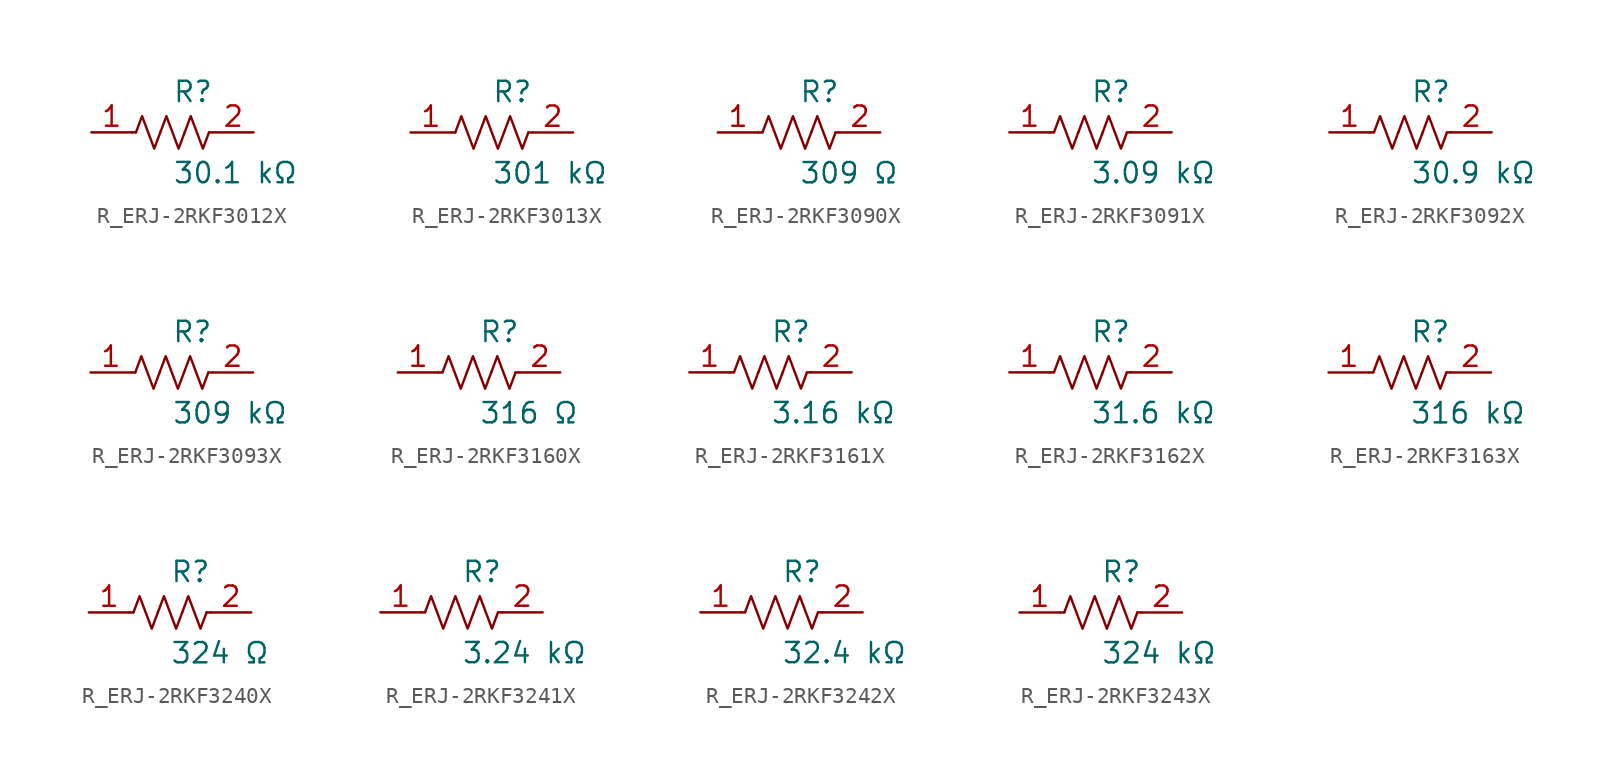
<source format=kicad_sym>
(kicad_symbol_lib
  (version 20231120)
  (generator kicad_symbol_editor)
  (generator_version 8.0)
  (symbol "R_ERJ-2RKF3012X"
    (pin_names
      (offset 0.254))
    (property "Reference" "R"
      (at 0 2.54 0)
      (effects (font (size 1.27 1.27)) (justify left)))
    (property "Value" "30.1 kΩ"
      (at 0 -2.54 0)
      (effects (font (size 1.27 1.27)) (justify left)))
    (symbol "R_ERJ-2RKF3012X_0_1"
      (polyline (pts (xy 2.286 0) (xy 2.54 0)) (stroke (width 0) (type default)) (fill (type none)))
      (polyline (pts (xy -2.286 0) (xy -2.54 0)) (stroke (width 0) (type default)) (fill (type none)))
      (polyline (pts (xy 0.762 0) (xy 1.143 1.016) (xy 1.524 0) (xy 1.905 -1.016) (xy 2.286 0)) (stroke (width 0) (type default)) (fill (type none)))
      (polyline (pts (xy -0.762 0) (xy -0.381 1.016) (xy 0 0) (xy 0.381 -1.016) (xy 0.762 0)) (stroke (width 0) (type default)) (fill (type none)))
      (polyline (pts (xy -2.286 0) (xy -1.905 1.016) (xy -1.524 0) (xy -1.143 -1.016) (xy -0.762 0)) (stroke (width 0) (type default)) (fill (type none))))
    (pin passive line
      (at -5.08 0 0)
      (length 2.54)
      (name "" (effects (font (size 1.27 1.27))))
      (number "1" (effects (font (size 1.27 1.27)))))
    (pin passive line
      (at 5.08 0 180)
      (length 2.54)
      (name "" (effects (font (size 1.27 1.27))))
      (number "2" (effects (font (size 1.27 1.27))))))
  (symbol "R_ERJ-2RKF3013X"
    (pin_names
      (offset 0.254))
    (property "Reference" "R"
      (at 0 2.54 0)
      (effects (font (size 1.27 1.27)) (justify left)))
    (property "Value" "301 kΩ"
      (at 0 -2.54 0)
      (effects (font (size 1.27 1.27)) (justify left)))
    (symbol "R_ERJ-2RKF3013X_0_1"
      (polyline (pts (xy 2.286 0) (xy 2.54 0)) (stroke (width 0) (type default)) (fill (type none)))
      (polyline (pts (xy -2.286 0) (xy -2.54 0)) (stroke (width 0) (type default)) (fill (type none)))
      (polyline (pts (xy 0.762 0) (xy 1.143 1.016) (xy 1.524 0) (xy 1.905 -1.016) (xy 2.286 0)) (stroke (width 0) (type default)) (fill (type none)))
      (polyline (pts (xy -0.762 0) (xy -0.381 1.016) (xy 0 0) (xy 0.381 -1.016) (xy 0.762 0)) (stroke (width 0) (type default)) (fill (type none)))
      (polyline (pts (xy -2.286 0) (xy -1.905 1.016) (xy -1.524 0) (xy -1.143 -1.016) (xy -0.762 0)) (stroke (width 0) (type default)) (fill (type none))))
    (pin passive line
      (at -5.08 0 0)
      (length 2.54)
      (name "" (effects (font (size 1.27 1.27))))
      (number "1" (effects (font (size 1.27 1.27)))))
    (pin passive line
      (at 5.08 0 180)
      (length 2.54)
      (name "" (effects (font (size 1.27 1.27))))
      (number "2" (effects (font (size 1.27 1.27))))))
  (symbol "R_ERJ-2RKF3090X"
    (pin_names
      (offset 0.254))
    (property "Reference" "R"
      (at 0 2.54 0)
      (effects (font (size 1.27 1.27)) (justify left)))
    (property "Value" "309 Ω"
      (at 0 -2.54 0)
      (effects (font (size 1.27 1.27)) (justify left)))
    (symbol "R_ERJ-2RKF3090X_0_1"
      (polyline (pts (xy 2.286 0) (xy 2.54 0)) (stroke (width 0) (type default)) (fill (type none)))
      (polyline (pts (xy -2.286 0) (xy -2.54 0)) (stroke (width 0) (type default)) (fill (type none)))
      (polyline (pts (xy 0.762 0) (xy 1.143 1.016) (xy 1.524 0) (xy 1.905 -1.016) (xy 2.286 0)) (stroke (width 0) (type default)) (fill (type none)))
      (polyline (pts (xy -0.762 0) (xy -0.381 1.016) (xy 0 0) (xy 0.381 -1.016) (xy 0.762 0)) (stroke (width 0) (type default)) (fill (type none)))
      (polyline (pts (xy -2.286 0) (xy -1.905 1.016) (xy -1.524 0) (xy -1.143 -1.016) (xy -0.762 0)) (stroke (width 0) (type default)) (fill (type none))))
    (pin passive line
      (at -5.08 0 0)
      (length 2.54)
      (name "" (effects (font (size 1.27 1.27))))
      (number "1" (effects (font (size 1.27 1.27)))))
    (pin passive line
      (at 5.08 0 180)
      (length 2.54)
      (name "" (effects (font (size 1.27 1.27))))
      (number "2" (effects (font (size 1.27 1.27))))))
  (symbol "R_ERJ-2RKF3091X"
    (pin_names
      (offset 0.254))
    (property "Reference" "R"
      (at 0 2.54 0)
      (effects (font (size 1.27 1.27)) (justify left)))
    (property "Value" "3.09 kΩ"
      (at 0 -2.54 0)
      (effects (font (size 1.27 1.27)) (justify left)))
    (symbol "R_ERJ-2RKF3091X_0_1"
      (polyline (pts (xy 2.286 0) (xy 2.54 0)) (stroke (width 0) (type default)) (fill (type none)))
      (polyline (pts (xy -2.286 0) (xy -2.54 0)) (stroke (width 0) (type default)) (fill (type none)))
      (polyline (pts (xy 0.762 0) (xy 1.143 1.016) (xy 1.524 0) (xy 1.905 -1.016) (xy 2.286 0)) (stroke (width 0) (type default)) (fill (type none)))
      (polyline (pts (xy -0.762 0) (xy -0.381 1.016) (xy 0 0) (xy 0.381 -1.016) (xy 0.762 0)) (stroke (width 0) (type default)) (fill (type none)))
      (polyline (pts (xy -2.286 0) (xy -1.905 1.016) (xy -1.524 0) (xy -1.143 -1.016) (xy -0.762 0)) (stroke (width 0) (type default)) (fill (type none))))
    (pin passive line
      (at -5.08 0 0)
      (length 2.54)
      (name "" (effects (font (size 1.27 1.27))))
      (number "1" (effects (font (size 1.27 1.27)))))
    (pin passive line
      (at 5.08 0 180)
      (length 2.54)
      (name "" (effects (font (size 1.27 1.27))))
      (number "2" (effects (font (size 1.27 1.27))))))
  (symbol "R_ERJ-2RKF3092X"
    (pin_names
      (offset 0.254))
    (property "Reference" "R"
      (at 0 2.54 0)
      (effects (font (size 1.27 1.27)) (justify left)))
    (property "Value" "30.9 kΩ"
      (at 0 -2.54 0)
      (effects (font (size 1.27 1.27)) (justify left)))
    (symbol "R_ERJ-2RKF3092X_0_1"
      (polyline (pts (xy 2.286 0) (xy 2.54 0)) (stroke (width 0) (type default)) (fill (type none)))
      (polyline (pts (xy -2.286 0) (xy -2.54 0)) (stroke (width 0) (type default)) (fill (type none)))
      (polyline (pts (xy 0.762 0) (xy 1.143 1.016) (xy 1.524 0) (xy 1.905 -1.016) (xy 2.286 0)) (stroke (width 0) (type default)) (fill (type none)))
      (polyline (pts (xy -0.762 0) (xy -0.381 1.016) (xy 0 0) (xy 0.381 -1.016) (xy 0.762 0)) (stroke (width 0) (type default)) (fill (type none)))
      (polyline (pts (xy -2.286 0) (xy -1.905 1.016) (xy -1.524 0) (xy -1.143 -1.016) (xy -0.762 0)) (stroke (width 0) (type default)) (fill (type none))))
    (pin passive line
      (at -5.08 0 0)
      (length 2.54)
      (name "" (effects (font (size 1.27 1.27))))
      (number "1" (effects (font (size 1.27 1.27)))))
    (pin passive line
      (at 5.08 0 180)
      (length 2.54)
      (name "" (effects (font (size 1.27 1.27))))
      (number "2" (effects (font (size 1.27 1.27))))))
  (symbol "R_ERJ-2RKF3093X"
    (pin_names
      (offset 0.254))
    (property "Reference" "R"
      (at 0 2.54 0)
      (effects (font (size 1.27 1.27)) (justify left)))
    (property "Value" "309 kΩ"
      (at 0 -2.54 0)
      (effects (font (size 1.27 1.27)) (justify left)))
    (symbol "R_ERJ-2RKF3093X_0_1"
      (polyline (pts (xy 2.286 0) (xy 2.54 0)) (stroke (width 0) (type default)) (fill (type none)))
      (polyline (pts (xy -2.286 0) (xy -2.54 0)) (stroke (width 0) (type default)) (fill (type none)))
      (polyline (pts (xy 0.762 0) (xy 1.143 1.016) (xy 1.524 0) (xy 1.905 -1.016) (xy 2.286 0)) (stroke (width 0) (type default)) (fill (type none)))
      (polyline (pts (xy -0.762 0) (xy -0.381 1.016) (xy 0 0) (xy 0.381 -1.016) (xy 0.762 0)) (stroke (width 0) (type default)) (fill (type none)))
      (polyline (pts (xy -2.286 0) (xy -1.905 1.016) (xy -1.524 0) (xy -1.143 -1.016) (xy -0.762 0)) (stroke (width 0) (type default)) (fill (type none))))
    (pin passive line
      (at -5.08 0 0)
      (length 2.54)
      (name "" (effects (font (size 1.27 1.27))))
      (number "1" (effects (font (size 1.27 1.27)))))
    (pin passive line
      (at 5.08 0 180)
      (length 2.54)
      (name "" (effects (font (size 1.27 1.27))))
      (number "2" (effects (font (size 1.27 1.27))))))
  (symbol "R_ERJ-2RKF3160X"
    (pin_names
      (offset 0.254))
    (property "Reference" "R"
      (at 0 2.54 0)
      (effects (font (size 1.27 1.27)) (justify left)))
    (property "Value" "316 Ω"
      (at 0 -2.54 0)
      (effects (font (size 1.27 1.27)) (justify left)))
    (symbol "R_ERJ-2RKF3160X_0_1"
      (polyline (pts (xy 2.286 0) (xy 2.54 0)) (stroke (width 0) (type default)) (fill (type none)))
      (polyline (pts (xy -2.286 0) (xy -2.54 0)) (stroke (width 0) (type default)) (fill (type none)))
      (polyline (pts (xy 0.762 0) (xy 1.143 1.016) (xy 1.524 0) (xy 1.905 -1.016) (xy 2.286 0)) (stroke (width 0) (type default)) (fill (type none)))
      (polyline (pts (xy -0.762 0) (xy -0.381 1.016) (xy 0 0) (xy 0.381 -1.016) (xy 0.762 0)) (stroke (width 0) (type default)) (fill (type none)))
      (polyline (pts (xy -2.286 0) (xy -1.905 1.016) (xy -1.524 0) (xy -1.143 -1.016) (xy -0.762 0)) (stroke (width 0) (type default)) (fill (type none))))
    (pin passive line
      (at -5.08 0 0)
      (length 2.54)
      (name "" (effects (font (size 1.27 1.27))))
      (number "1" (effects (font (size 1.27 1.27)))))
    (pin passive line
      (at 5.08 0 180)
      (length 2.54)
      (name "" (effects (font (size 1.27 1.27))))
      (number "2" (effects (font (size 1.27 1.27))))))
  (symbol "R_ERJ-2RKF3161X"
    (pin_names
      (offset 0.254))
    (property "Reference" "R"
      (at 0 2.54 0)
      (effects (font (size 1.27 1.27)) (justify left)))
    (property "Value" "3.16 kΩ"
      (at 0 -2.54 0)
      (effects (font (size 1.27 1.27)) (justify left)))
    (symbol "R_ERJ-2RKF3161X_0_1"
      (polyline (pts (xy 2.286 0) (xy 2.54 0)) (stroke (width 0) (type default)) (fill (type none)))
      (polyline (pts (xy -2.286 0) (xy -2.54 0)) (stroke (width 0) (type default)) (fill (type none)))
      (polyline (pts (xy 0.762 0) (xy 1.143 1.016) (xy 1.524 0) (xy 1.905 -1.016) (xy 2.286 0)) (stroke (width 0) (type default)) (fill (type none)))
      (polyline (pts (xy -0.762 0) (xy -0.381 1.016) (xy 0 0) (xy 0.381 -1.016) (xy 0.762 0)) (stroke (width 0) (type default)) (fill (type none)))
      (polyline (pts (xy -2.286 0) (xy -1.905 1.016) (xy -1.524 0) (xy -1.143 -1.016) (xy -0.762 0)) (stroke (width 0) (type default)) (fill (type none))))
    (pin passive line
      (at -5.08 0 0)
      (length 2.54)
      (name "" (effects (font (size 1.27 1.27))))
      (number "1" (effects (font (size 1.27 1.27)))))
    (pin passive line
      (at 5.08 0 180)
      (length 2.54)
      (name "" (effects (font (size 1.27 1.27))))
      (number "2" (effects (font (size 1.27 1.27))))))
  (symbol "R_ERJ-2RKF3162X"
    (pin_names
      (offset 0.254))
    (property "Reference" "R"
      (at 0 2.54 0)
      (effects (font (size 1.27 1.27)) (justify left)))
    (property "Value" "31.6 kΩ"
      (at 0 -2.54 0)
      (effects (font (size 1.27 1.27)) (justify left)))
    (symbol "R_ERJ-2RKF3162X_0_1"
      (polyline (pts (xy 2.286 0) (xy 2.54 0)) (stroke (width 0) (type default)) (fill (type none)))
      (polyline (pts (xy -2.286 0) (xy -2.54 0)) (stroke (width 0) (type default)) (fill (type none)))
      (polyline (pts (xy 0.762 0) (xy 1.143 1.016) (xy 1.524 0) (xy 1.905 -1.016) (xy 2.286 0)) (stroke (width 0) (type default)) (fill (type none)))
      (polyline (pts (xy -0.762 0) (xy -0.381 1.016) (xy 0 0) (xy 0.381 -1.016) (xy 0.762 0)) (stroke (width 0) (type default)) (fill (type none)))
      (polyline (pts (xy -2.286 0) (xy -1.905 1.016) (xy -1.524 0) (xy -1.143 -1.016) (xy -0.762 0)) (stroke (width 0) (type default)) (fill (type none))))
    (pin passive line
      (at -5.08 0 0)
      (length 2.54)
      (name "" (effects (font (size 1.27 1.27))))
      (number "1" (effects (font (size 1.27 1.27)))))
    (pin passive line
      (at 5.08 0 180)
      (length 2.54)
      (name "" (effects (font (size 1.27 1.27))))
      (number "2" (effects (font (size 1.27 1.27))))))
  (symbol "R_ERJ-2RKF3163X"
    (pin_names
      (offset 0.254))
    (property "Reference" "R"
      (at 0 2.54 0)
      (effects (font (size 1.27 1.27)) (justify left)))
    (property "Value" "316 kΩ"
      (at 0 -2.54 0)
      (effects (font (size 1.27 1.27)) (justify left)))
    (symbol "R_ERJ-2RKF3163X_0_1"
      (polyline (pts (xy 2.286 0) (xy 2.54 0)) (stroke (width 0) (type default)) (fill (type none)))
      (polyline (pts (xy -2.286 0) (xy -2.54 0)) (stroke (width 0) (type default)) (fill (type none)))
      (polyline (pts (xy 0.762 0) (xy 1.143 1.016) (xy 1.524 0) (xy 1.905 -1.016) (xy 2.286 0)) (stroke (width 0) (type default)) (fill (type none)))
      (polyline (pts (xy -0.762 0) (xy -0.381 1.016) (xy 0 0) (xy 0.381 -1.016) (xy 0.762 0)) (stroke (width 0) (type default)) (fill (type none)))
      (polyline (pts (xy -2.286 0) (xy -1.905 1.016) (xy -1.524 0) (xy -1.143 -1.016) (xy -0.762 0)) (stroke (width 0) (type default)) (fill (type none))))
    (pin passive line
      (at -5.08 0 0)
      (length 2.54)
      (name "" (effects (font (size 1.27 1.27))))
      (number "1" (effects (font (size 1.27 1.27)))))
    (pin passive line
      (at 5.08 0 180)
      (length 2.54)
      (name "" (effects (font (size 1.27 1.27))))
      (number "2" (effects (font (size 1.27 1.27))))))
  (symbol "R_ERJ-2RKF3240X"
    (pin_names
      (offset 0.254))
    (property "Reference" "R"
      (at 0 2.54 0)
      (effects (font (size 1.27 1.27)) (justify left)))
    (property "Value" "324 Ω"
      (at 0 -2.54 0)
      (effects (font (size 1.27 1.27)) (justify left)))
    (symbol "R_ERJ-2RKF3240X_0_1"
      (polyline (pts (xy 2.286 0) (xy 2.54 0)) (stroke (width 0) (type default)) (fill (type none)))
      (polyline (pts (xy -2.286 0) (xy -2.54 0)) (stroke (width 0) (type default)) (fill (type none)))
      (polyline (pts (xy 0.762 0) (xy 1.143 1.016) (xy 1.524 0) (xy 1.905 -1.016) (xy 2.286 0)) (stroke (width 0) (type default)) (fill (type none)))
      (polyline (pts (xy -0.762 0) (xy -0.381 1.016) (xy 0 0) (xy 0.381 -1.016) (xy 0.762 0)) (stroke (width 0) (type default)) (fill (type none)))
      (polyline (pts (xy -2.286 0) (xy -1.905 1.016) (xy -1.524 0) (xy -1.143 -1.016) (xy -0.762 0)) (stroke (width 0) (type default)) (fill (type none))))
    (pin passive line
      (at -5.08 0 0)
      (length 2.54)
      (name "" (effects (font (size 1.27 1.27))))
      (number "1" (effects (font (size 1.27 1.27)))))
    (pin passive line
      (at 5.08 0 180)
      (length 2.54)
      (name "" (effects (font (size 1.27 1.27))))
      (number "2" (effects (font (size 1.27 1.27))))))
  (symbol "R_ERJ-2RKF3241X"
    (pin_names
      (offset 0.254))
    (property "Reference" "R"
      (at 0 2.54 0)
      (effects (font (size 1.27 1.27)) (justify left)))
    (property "Value" "3.24 kΩ"
      (at 0 -2.54 0)
      (effects (font (size 1.27 1.27)) (justify left)))
    (symbol "R_ERJ-2RKF3241X_0_1"
      (polyline (pts (xy 2.286 0) (xy 2.54 0)) (stroke (width 0) (type default)) (fill (type none)))
      (polyline (pts (xy -2.286 0) (xy -2.54 0)) (stroke (width 0) (type default)) (fill (type none)))
      (polyline (pts (xy 0.762 0) (xy 1.143 1.016) (xy 1.524 0) (xy 1.905 -1.016) (xy 2.286 0)) (stroke (width 0) (type default)) (fill (type none)))
      (polyline (pts (xy -0.762 0) (xy -0.381 1.016) (xy 0 0) (xy 0.381 -1.016) (xy 0.762 0)) (stroke (width 0) (type default)) (fill (type none)))
      (polyline (pts (xy -2.286 0) (xy -1.905 1.016) (xy -1.524 0) (xy -1.143 -1.016) (xy -0.762 0)) (stroke (width 0) (type default)) (fill (type none))))
    (pin passive line
      (at -5.08 0 0)
      (length 2.54)
      (name "" (effects (font (size 1.27 1.27))))
      (number "1" (effects (font (size 1.27 1.27)))))
    (pin passive line
      (at 5.08 0 180)
      (length 2.54)
      (name "" (effects (font (size 1.27 1.27))))
      (number "2" (effects (font (size 1.27 1.27))))))
  (symbol "R_ERJ-2RKF3242X"
    (pin_names
      (offset 0.254))
    (property "Reference" "R"
      (at 0 2.54 0)
      (effects (font (size 1.27 1.27)) (justify left)))
    (property "Value" "32.4 kΩ"
      (at 0 -2.54 0)
      (effects (font (size 1.27 1.27)) (justify left)))
    (symbol "R_ERJ-2RKF3242X_0_1"
      (polyline (pts (xy 2.286 0) (xy 2.54 0)) (stroke (width 0) (type default)) (fill (type none)))
      (polyline (pts (xy -2.286 0) (xy -2.54 0)) (stroke (width 0) (type default)) (fill (type none)))
      (polyline (pts (xy 0.762 0) (xy 1.143 1.016) (xy 1.524 0) (xy 1.905 -1.016) (xy 2.286 0)) (stroke (width 0) (type default)) (fill (type none)))
      (polyline (pts (xy -0.762 0) (xy -0.381 1.016) (xy 0 0) (xy 0.381 -1.016) (xy 0.762 0)) (stroke (width 0) (type default)) (fill (type none)))
      (polyline (pts (xy -2.286 0) (xy -1.905 1.016) (xy -1.524 0) (xy -1.143 -1.016) (xy -0.762 0)) (stroke (width 0) (type default)) (fill (type none))))
    (pin passive line
      (at -5.08 0 0)
      (length 2.54)
      (name "" (effects (font (size 1.27 1.27))))
      (number "1" (effects (font (size 1.27 1.27)))))
    (pin passive line
      (at 5.08 0 180)
      (length 2.54)
      (name "" (effects (font (size 1.27 1.27))))
      (number "2" (effects (font (size 1.27 1.27))))))
  (symbol "R_ERJ-2RKF3243X"
    (pin_names
      (offset 0.254))
    (property "Reference" "R"
      (at 0 2.54 0)
      (effects (font (size 1.27 1.27)) (justify left)))
    (property "Value" "324 kΩ"
      (at 0 -2.54 0)
      (effects (font (size 1.27 1.27)) (justify left)))
    (symbol "R_ERJ-2RKF3243X_0_1"
      (polyline (pts (xy 2.286 0) (xy 2.54 0)) (stroke (width 0) (type default)) (fill (type none)))
      (polyline (pts (xy -2.286 0) (xy -2.54 0)) (stroke (width 0) (type default)) (fill (type none)))
      (polyline (pts (xy 0.762 0) (xy 1.143 1.016) (xy 1.524 0) (xy 1.905 -1.016) (xy 2.286 0)) (stroke (width 0) (type default)) (fill (type none)))
      (polyline (pts (xy -0.762 0) (xy -0.381 1.016) (xy 0 0) (xy 0.381 -1.016) (xy 0.762 0)) (stroke (width 0) (type default)) (fill (type none)))
      (polyline (pts (xy -2.286 0) (xy -1.905 1.016) (xy -1.524 0) (xy -1.143 -1.016) (xy -0.762 0)) (stroke (width 0) (type default)) (fill (type none))))
    (pin passive line
      (at -5.08 0 0)
      (length 2.54)
      (name "" (effects (font (size 1.27 1.27))))
      (number "1" (effects (font (size 1.27 1.27)))))
    (pin passive line
      (at 5.08 0 180)
      (length 2.54)
      (name "" (effects (font (size 1.27 1.27))))
      (number "2" (effects (font (size 1.27 1.27)))))))
</source>
